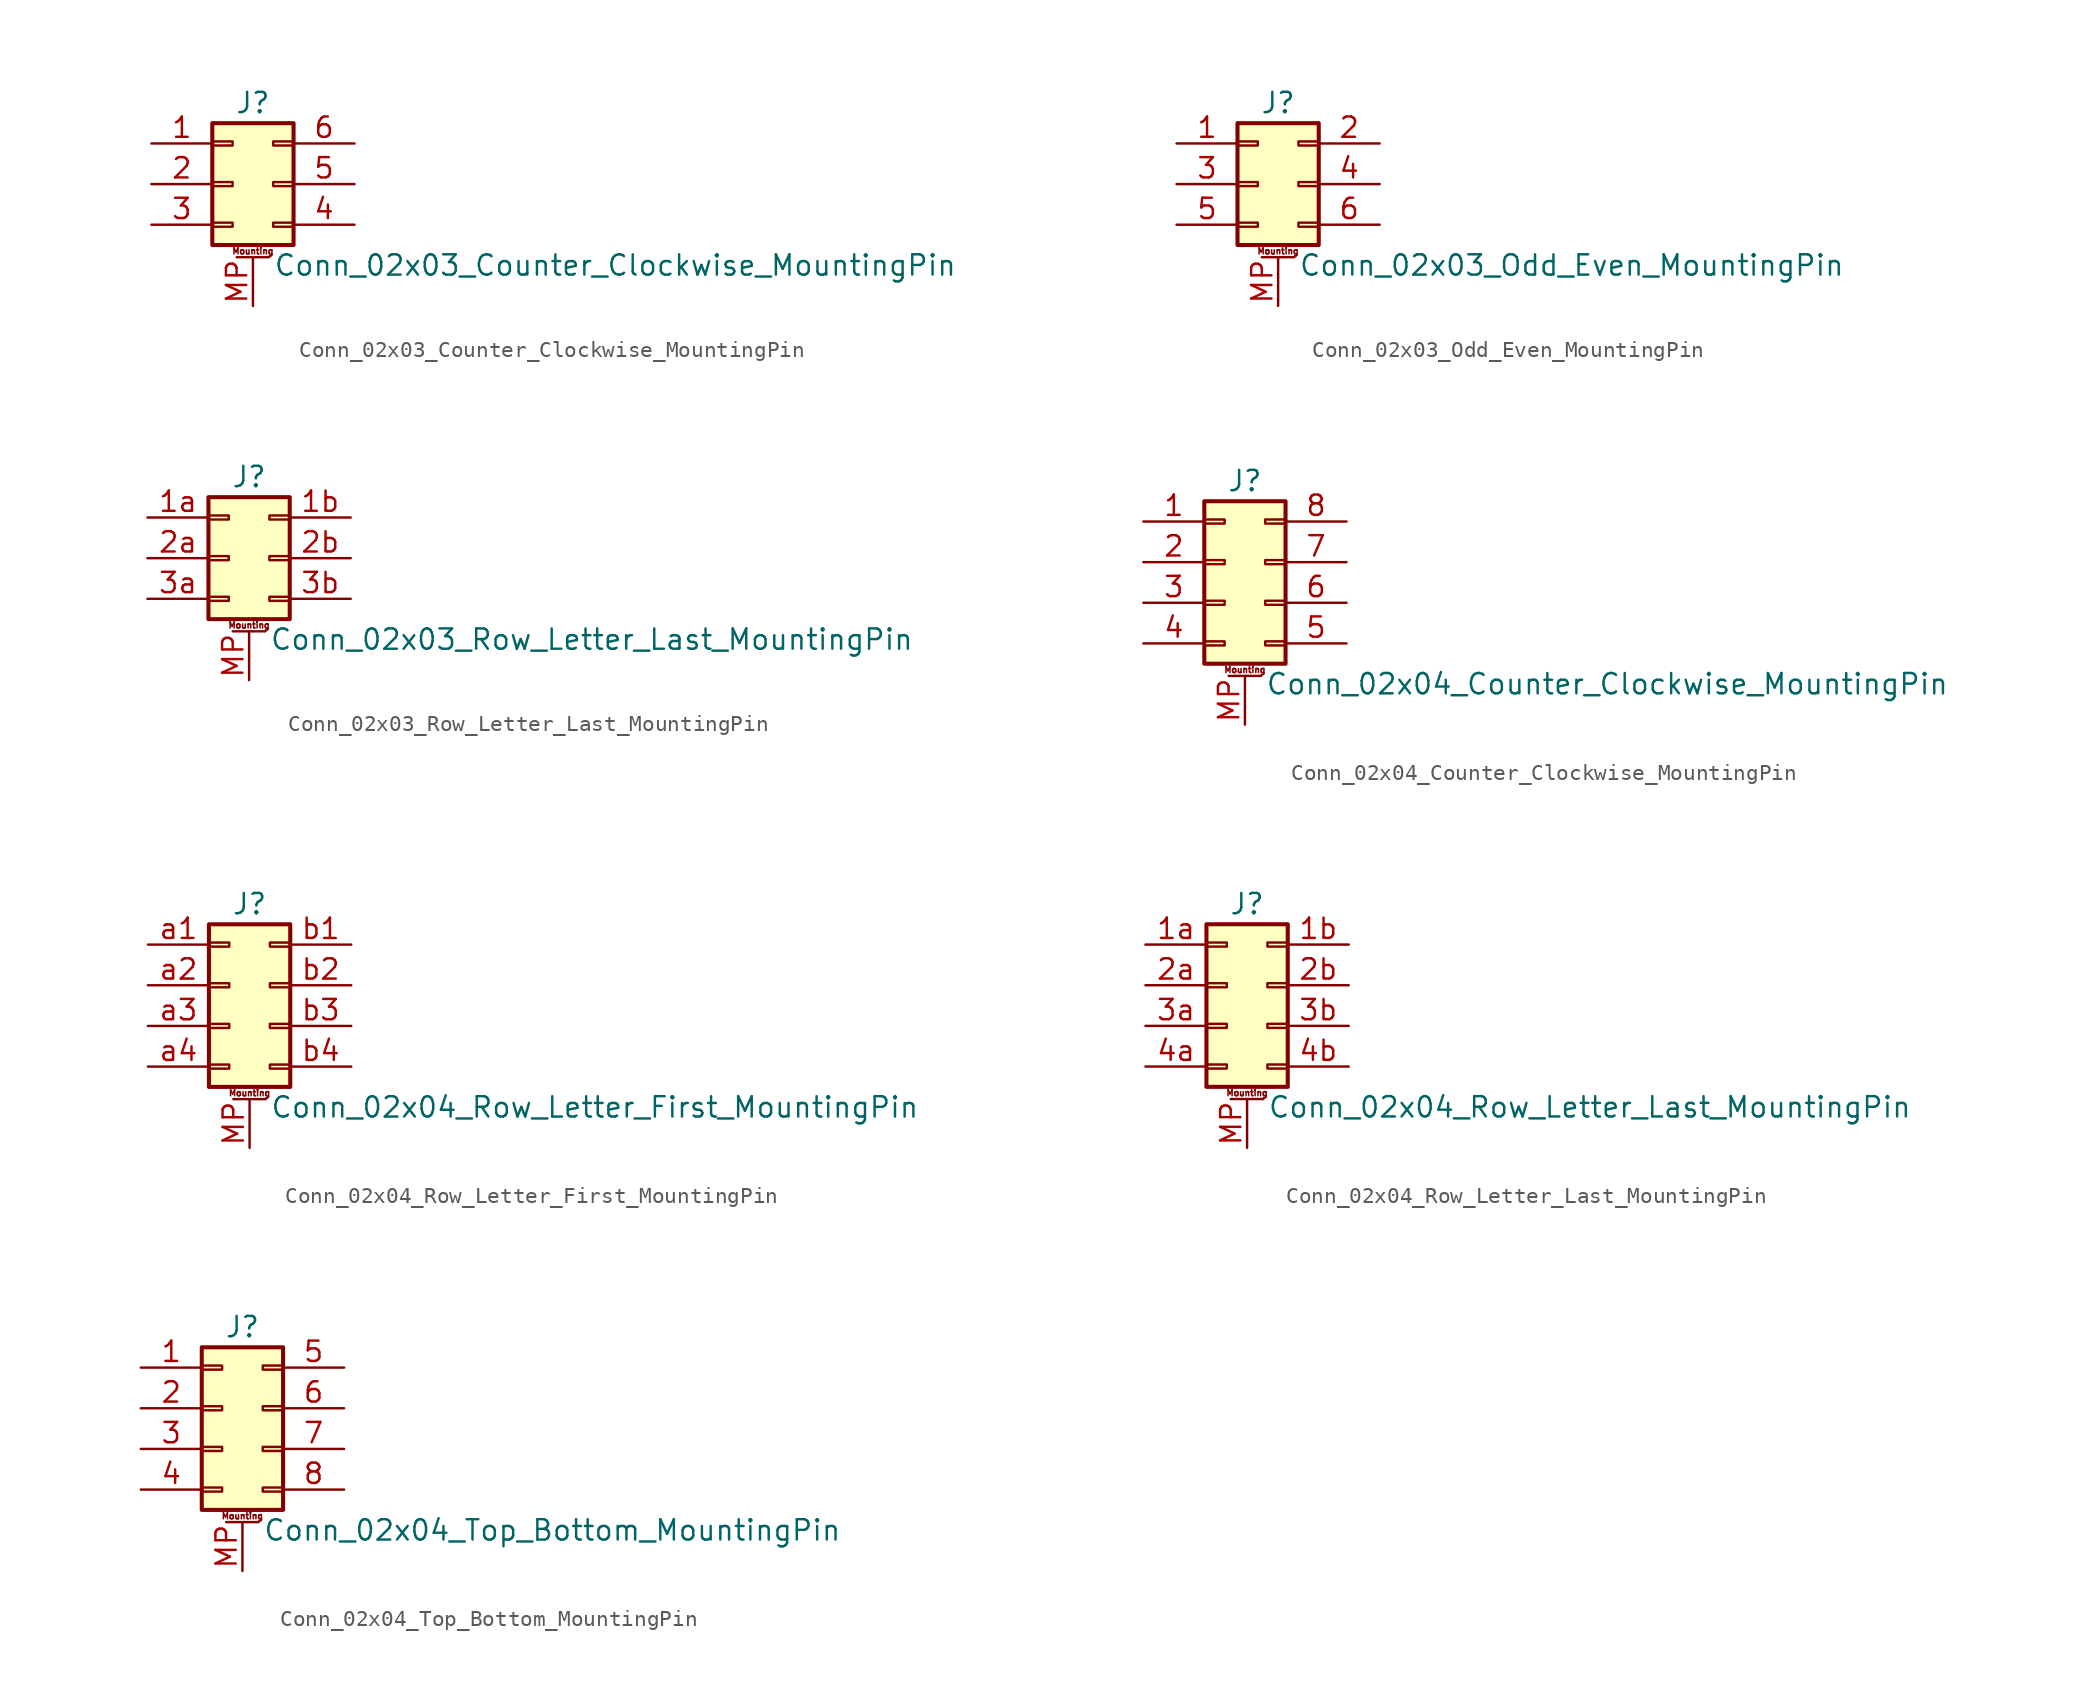
<source format=kicad_sym>
(kicad_symbol_lib
  (version 20201005)
  (generator kicad_symbol_editor)
  (symbol "Conn_02x03_Counter_Clockwise_MountingPin"
    (pin_names
      (offset 1.016) hide)
    (property "Reference" "J"
      (at 1.27 5.08 0)
      (effects (font (size 1.27 1.27))))
    (property "Value" "Conn_02x03_Counter_Clockwise_MountingPin"
      (at 2.54 -5.08 0)
      (effects (font (size 1.27 1.27)) (justify left)))
    (symbol "Conn_02x03_Counter_Clockwise_MountingPin_1_1"
      (text "Mounting" (at 1.27 -4.191 0) (effects (font (size 0.381 0.381))))
      (rectangle (start -1.27 -2.413) (end 0 -2.667) (stroke (width 0.152)) (fill (type none)))
      (rectangle (start -1.27 0.127) (end 0 -0.127) (stroke (width 0.152)) (fill (type none)))
      (rectangle (start -1.27 2.667) (end 0 2.413) (stroke (width 0.152)) (fill (type none)))
      (rectangle (start -1.27 3.81) (end 3.81 -3.81) (stroke (width 0.254)) (fill (type background)))
      (rectangle (start 3.81 -2.413) (end 2.54 -2.667) (stroke (width 0.152)) (fill (type none)))
      (rectangle (start 3.81 0.127) (end 2.54 -0.127) (stroke (width 0.152)) (fill (type none)))
      (rectangle (start 3.81 2.667) (end 2.54 2.413) (stroke (width 0.152)) (fill (type none)))
      (polyline (pts (xy 0.254 -4.572) (xy 2.286 -4.572)) (stroke (width 0.152)) (fill (type none)))
      (pin passive line (at -5.08 2.54 0) (length 3.81) (name "Pin_1" (effects (font (size 1.27 1.27)))) (number "1" (effects (font (size 1.27 1.27)))))
      (pin passive line (at -5.08 0 0) (length 3.81) (name "Pin_2" (effects (font (size 1.27 1.27)))) (number "2" (effects (font (size 1.27 1.27)))))
      (pin passive line (at -5.08 -2.54 0) (length 3.81) (name "Pin_3" (effects (font (size 1.27 1.27)))) (number "3" (effects (font (size 1.27 1.27)))))
      (pin passive line (at 7.62 -2.54 180) (length 3.81) (name "Pin_4" (effects (font (size 1.27 1.27)))) (number "4" (effects (font (size 1.27 1.27)))))
      (pin passive line (at 7.62 0 180) (length 3.81) (name "Pin_5" (effects (font (size 1.27 1.27)))) (number "5" (effects (font (size 1.27 1.27)))))
      (pin passive line (at 7.62 2.54 180) (length 3.81) (name "Pin_6" (effects (font (size 1.27 1.27)))) (number "6" (effects (font (size 1.27 1.27)))))
      (pin passive line (at 1.27 -7.62 90) (length 3.048) (name "MountPin" (effects (font (size 1.27 1.27)))) (number "MP" (effects (font (size 1.27 1.27)))))))
  (symbol "Conn_02x03_Odd_Even_MountingPin"
    (pin_names
      (offset 1.016) hide)
    (property "Reference" "J"
      (at 1.27 5.08 0)
      (effects (font (size 1.27 1.27))))
    (property "Value" "Conn_02x03_Odd_Even_MountingPin"
      (at 2.54 -5.08 0)
      (effects (font (size 1.27 1.27)) (justify left)))
    (symbol "Conn_02x03_Odd_Even_MountingPin_1_1"
      (text "Mounting" (at 1.27 -4.191 0) (effects (font (size 0.381 0.381))))
      (rectangle (start -1.27 -2.413) (end 0 -2.667) (stroke (width 0.152)) (fill (type none)))
      (rectangle (start -1.27 0.127) (end 0 -0.127) (stroke (width 0.152)) (fill (type none)))
      (rectangle (start -1.27 2.667) (end 0 2.413) (stroke (width 0.152)) (fill (type none)))
      (rectangle (start -1.27 3.81) (end 3.81 -3.81) (stroke (width 0.254)) (fill (type background)))
      (rectangle (start 3.81 -2.413) (end 2.54 -2.667) (stroke (width 0.152)) (fill (type none)))
      (rectangle (start 3.81 0.127) (end 2.54 -0.127) (stroke (width 0.152)) (fill (type none)))
      (rectangle (start 3.81 2.667) (end 2.54 2.413) (stroke (width 0.152)) (fill (type none)))
      (polyline (pts (xy 0.254 -4.572) (xy 2.286 -4.572)) (stroke (width 0.152)) (fill (type none)))
      (pin passive line (at -5.08 2.54 0) (length 3.81) (name "Pin_1" (effects (font (size 1.27 1.27)))) (number "1" (effects (font (size 1.27 1.27)))))
      (pin passive line (at 7.62 2.54 180) (length 3.81) (name "Pin_2" (effects (font (size 1.27 1.27)))) (number "2" (effects (font (size 1.27 1.27)))))
      (pin passive line (at -5.08 0 0) (length 3.81) (name "Pin_3" (effects (font (size 1.27 1.27)))) (number "3" (effects (font (size 1.27 1.27)))))
      (pin passive line (at 7.62 0 180) (length 3.81) (name "Pin_4" (effects (font (size 1.27 1.27)))) (number "4" (effects (font (size 1.27 1.27)))))
      (pin passive line (at -5.08 -2.54 0) (length 3.81) (name "Pin_5" (effects (font (size 1.27 1.27)))) (number "5" (effects (font (size 1.27 1.27)))))
      (pin passive line (at 7.62 -2.54 180) (length 3.81) (name "Pin_6" (effects (font (size 1.27 1.27)))) (number "6" (effects (font (size 1.27 1.27)))))
      (pin passive line (at 1.27 -7.62 90) (length 3.048) (name "MountPin" (effects (font (size 1.27 1.27)))) (number "MP" (effects (font (size 1.27 1.27)))))))
  (symbol "Conn_02x03_Row_Letter_Last_MountingPin"
    (pin_names
      (offset 1.016) hide)
    (property "Reference" "J"
      (at 1.27 5.08 0)
      (effects (font (size 1.27 1.27))))
    (property "Value" "Conn_02x03_Row_Letter_Last_MountingPin"
      (at 2.54 -5.08 0)
      (effects (font (size 1.27 1.27)) (justify left)))
    (symbol "Conn_02x03_Row_Letter_Last_MountingPin_1_1"
      (text "Mounting" (at 1.27 -4.191 0) (effects (font (size 0.381 0.381))))
      (rectangle (start -1.27 -2.413) (end 0 -2.667) (stroke (width 0.152)) (fill (type none)))
      (rectangle (start -1.27 0.127) (end 0 -0.127) (stroke (width 0.152)) (fill (type none)))
      (rectangle (start -1.27 2.667) (end 0 2.413) (stroke (width 0.152)) (fill (type none)))
      (rectangle (start -1.27 3.81) (end 3.81 -3.81) (stroke (width 0.254)) (fill (type background)))
      (rectangle (start 3.81 -2.413) (end 2.54 -2.667) (stroke (width 0.152)) (fill (type none)))
      (rectangle (start 3.81 0.127) (end 2.54 -0.127) (stroke (width 0.152)) (fill (type none)))
      (rectangle (start 3.81 2.667) (end 2.54 2.413) (stroke (width 0.152)) (fill (type none)))
      (polyline (pts (xy 0.254 -4.572) (xy 2.286 -4.572)) (stroke (width 0.152)) (fill (type none)))
      (pin passive line (at -5.08 2.54 0) (length 3.81) (name "Pin_1a" (effects (font (size 1.27 1.27)))) (number "1a" (effects (font (size 1.27 1.27)))))
      (pin passive line (at 7.62 2.54 180) (length 3.81) (name "Pin_1b" (effects (font (size 1.27 1.27)))) (number "1b" (effects (font (size 1.27 1.27)))))
      (pin passive line (at -5.08 0 0) (length 3.81) (name "Pin_2a" (effects (font (size 1.27 1.27)))) (number "2a" (effects (font (size 1.27 1.27)))))
      (pin passive line (at 7.62 0 180) (length 3.81) (name "Pin_2b" (effects (font (size 1.27 1.27)))) (number "2b" (effects (font (size 1.27 1.27)))))
      (pin passive line (at -5.08 -2.54 0) (length 3.81) (name "Pin_3a" (effects (font (size 1.27 1.27)))) (number "3a" (effects (font (size 1.27 1.27)))))
      (pin passive line (at 7.62 -2.54 180) (length 3.81) (name "Pin_3b" (effects (font (size 1.27 1.27)))) (number "3b" (effects (font (size 1.27 1.27)))))
      (pin passive line (at 1.27 -7.62 90) (length 3.048) (name "MountPin" (effects (font (size 1.27 1.27)))) (number "MP" (effects (font (size 1.27 1.27)))))))
  (symbol "Conn_02x04_Counter_Clockwise_MountingPin"
    (pin_names
      (offset 1.016) hide)
    (property "Reference" "J"
      (at 1.27 5.08 0)
      (effects (font (size 1.27 1.27))))
    (property "Value" "Conn_02x04_Counter_Clockwise_MountingPin"
      (at 2.54 -7.62 0)
      (effects (font (size 1.27 1.27)) (justify left)))
    (symbol "Conn_02x04_Counter_Clockwise_MountingPin_1_1"
      (text "Mounting" (at 1.27 -6.731 0) (effects (font (size 0.381 0.381))))
      (rectangle (start -1.27 -4.953) (end 0 -5.207) (stroke (width 0.152)) (fill (type none)))
      (rectangle (start -1.27 -2.413) (end 0 -2.667) (stroke (width 0.152)) (fill (type none)))
      (rectangle (start -1.27 0.127) (end 0 -0.127) (stroke (width 0.152)) (fill (type none)))
      (rectangle (start -1.27 2.667) (end 0 2.413) (stroke (width 0.152)) (fill (type none)))
      (rectangle (start -1.27 3.81) (end 3.81 -6.35) (stroke (width 0.254)) (fill (type background)))
      (rectangle (start 3.81 -4.953) (end 2.54 -5.207) (stroke (width 0.152)) (fill (type none)))
      (rectangle (start 3.81 -2.413) (end 2.54 -2.667) (stroke (width 0.152)) (fill (type none)))
      (rectangle (start 3.81 0.127) (end 2.54 -0.127) (stroke (width 0.152)) (fill (type none)))
      (rectangle (start 3.81 2.667) (end 2.54 2.413) (stroke (width 0.152)) (fill (type none)))
      (polyline (pts (xy 0.254 -7.112) (xy 2.286 -7.112)) (stroke (width 0.152)) (fill (type none)))
      (pin passive line (at -5.08 2.54 0) (length 3.81) (name "Pin_1" (effects (font (size 1.27 1.27)))) (number "1" (effects (font (size 1.27 1.27)))))
      (pin passive line (at -5.08 0 0) (length 3.81) (name "Pin_2" (effects (font (size 1.27 1.27)))) (number "2" (effects (font (size 1.27 1.27)))))
      (pin passive line (at -5.08 -2.54 0) (length 3.81) (name "Pin_3" (effects (font (size 1.27 1.27)))) (number "3" (effects (font (size 1.27 1.27)))))
      (pin passive line (at -5.08 -5.08 0) (length 3.81) (name "Pin_4" (effects (font (size 1.27 1.27)))) (number "4" (effects (font (size 1.27 1.27)))))
      (pin passive line (at 7.62 -5.08 180) (length 3.81) (name "Pin_5" (effects (font (size 1.27 1.27)))) (number "5" (effects (font (size 1.27 1.27)))))
      (pin passive line (at 7.62 -2.54 180) (length 3.81) (name "Pin_6" (effects (font (size 1.27 1.27)))) (number "6" (effects (font (size 1.27 1.27)))))
      (pin passive line (at 7.62 0 180) (length 3.81) (name "Pin_7" (effects (font (size 1.27 1.27)))) (number "7" (effects (font (size 1.27 1.27)))))
      (pin passive line (at 7.62 2.54 180) (length 3.81) (name "Pin_8" (effects (font (size 1.27 1.27)))) (number "8" (effects (font (size 1.27 1.27)))))
      (pin passive line (at 1.27 -10.16 90) (length 3.048) (name "MountPin" (effects (font (size 1.27 1.27)))) (number "MP" (effects (font (size 1.27 1.27)))))))
  (symbol "Conn_02x04_Row_Letter_First_MountingPin"
    (pin_names
      (offset 1.016) hide)
    (property "Reference" "J"
      (at 1.27 5.08 0)
      (effects (font (size 1.27 1.27))))
    (property "Value" "Conn_02x04_Row_Letter_First_MountingPin"
      (at 2.54 -7.62 0)
      (effects (font (size 1.27 1.27)) (justify left)))
    (symbol "Conn_02x04_Row_Letter_First_MountingPin_1_1"
      (text "Mounting" (at 1.27 -6.731 0) (effects (font (size 0.381 0.381))))
      (rectangle (start -1.27 -4.953) (end 0 -5.207) (stroke (width 0.152)) (fill (type none)))
      (rectangle (start -1.27 -2.413) (end 0 -2.667) (stroke (width 0.152)) (fill (type none)))
      (rectangle (start -1.27 0.127) (end 0 -0.127) (stroke (width 0.152)) (fill (type none)))
      (rectangle (start -1.27 2.667) (end 0 2.413) (stroke (width 0.152)) (fill (type none)))
      (rectangle (start -1.27 3.81) (end 3.81 -6.35) (stroke (width 0.254)) (fill (type background)))
      (rectangle (start 3.81 -4.953) (end 2.54 -5.207) (stroke (width 0.152)) (fill (type none)))
      (rectangle (start 3.81 -2.413) (end 2.54 -2.667) (stroke (width 0.152)) (fill (type none)))
      (rectangle (start 3.81 0.127) (end 2.54 -0.127) (stroke (width 0.152)) (fill (type none)))
      (rectangle (start 3.81 2.667) (end 2.54 2.413) (stroke (width 0.152)) (fill (type none)))
      (polyline (pts (xy 0.254 -7.112) (xy 2.286 -7.112)) (stroke (width 0.152)) (fill (type none)))
      (pin passive line (at 1.27 -10.16 90) (length 3.048) (name "MountPin" (effects (font (size 1.27 1.27)))) (number "MP" (effects (font (size 1.27 1.27)))))
      (pin passive line (at -5.08 2.54 0) (length 3.81) (name "Pin_a1" (effects (font (size 1.27 1.27)))) (number "a1" (effects (font (size 1.27 1.27)))))
      (pin passive line (at -5.08 0 0) (length 3.81) (name "Pin_a2" (effects (font (size 1.27 1.27)))) (number "a2" (effects (font (size 1.27 1.27)))))
      (pin passive line (at -5.08 -2.54 0) (length 3.81) (name "Pin_a3" (effects (font (size 1.27 1.27)))) (number "a3" (effects (font (size 1.27 1.27)))))
      (pin passive line (at -5.08 -5.08 0) (length 3.81) (name "Pin_a4" (effects (font (size 1.27 1.27)))) (number "a4" (effects (font (size 1.27 1.27)))))
      (pin passive line (at 7.62 2.54 180) (length 3.81) (name "Pin_b1" (effects (font (size 1.27 1.27)))) (number "b1" (effects (font (size 1.27 1.27)))))
      (pin passive line (at 7.62 0 180) (length 3.81) (name "Pin_b2" (effects (font (size 1.27 1.27)))) (number "b2" (effects (font (size 1.27 1.27)))))
      (pin passive line (at 7.62 -2.54 180) (length 3.81) (name "Pin_b3" (effects (font (size 1.27 1.27)))) (number "b3" (effects (font (size 1.27 1.27)))))
      (pin passive line (at 7.62 -5.08 180) (length 3.81) (name "Pin_b4" (effects (font (size 1.27 1.27)))) (number "b4" (effects (font (size 1.27 1.27)))))))
  (symbol "Conn_02x04_Row_Letter_Last_MountingPin"
    (pin_names
      (offset 1.016) hide)
    (property "Reference" "J"
      (at 1.27 5.08 0)
      (effects (font (size 1.27 1.27))))
    (property "Value" "Conn_02x04_Row_Letter_Last_MountingPin"
      (at 2.54 -7.62 0)
      (effects (font (size 1.27 1.27)) (justify left)))
    (symbol "Conn_02x04_Row_Letter_Last_MountingPin_1_1"
      (text "Mounting" (at 1.27 -6.731 0) (effects (font (size 0.381 0.381))))
      (rectangle (start -1.27 -4.953) (end 0 -5.207) (stroke (width 0.152)) (fill (type none)))
      (rectangle (start -1.27 -2.413) (end 0 -2.667) (stroke (width 0.152)) (fill (type none)))
      (rectangle (start -1.27 0.127) (end 0 -0.127) (stroke (width 0.152)) (fill (type none)))
      (rectangle (start -1.27 2.667) (end 0 2.413) (stroke (width 0.152)) (fill (type none)))
      (rectangle (start -1.27 3.81) (end 3.81 -6.35) (stroke (width 0.254)) (fill (type background)))
      (rectangle (start 3.81 -4.953) (end 2.54 -5.207) (stroke (width 0.152)) (fill (type none)))
      (rectangle (start 3.81 -2.413) (end 2.54 -2.667) (stroke (width 0.152)) (fill (type none)))
      (rectangle (start 3.81 0.127) (end 2.54 -0.127) (stroke (width 0.152)) (fill (type none)))
      (rectangle (start 3.81 2.667) (end 2.54 2.413) (stroke (width 0.152)) (fill (type none)))
      (polyline (pts (xy 0.254 -7.112) (xy 2.286 -7.112)) (stroke (width 0.152)) (fill (type none)))
      (pin passive line (at -5.08 2.54 0) (length 3.81) (name "Pin_1a" (effects (font (size 1.27 1.27)))) (number "1a" (effects (font (size 1.27 1.27)))))
      (pin passive line (at 7.62 2.54 180) (length 3.81) (name "Pin_1b" (effects (font (size 1.27 1.27)))) (number "1b" (effects (font (size 1.27 1.27)))))
      (pin passive line (at -5.08 0 0) (length 3.81) (name "Pin_2a" (effects (font (size 1.27 1.27)))) (number "2a" (effects (font (size 1.27 1.27)))))
      (pin passive line (at 7.62 0 180) (length 3.81) (name "Pin_2b" (effects (font (size 1.27 1.27)))) (number "2b" (effects (font (size 1.27 1.27)))))
      (pin passive line (at -5.08 -2.54 0) (length 3.81) (name "Pin_3a" (effects (font (size 1.27 1.27)))) (number "3a" (effects (font (size 1.27 1.27)))))
      (pin passive line (at 7.62 -2.54 180) (length 3.81) (name "Pin_3b" (effects (font (size 1.27 1.27)))) (number "3b" (effects (font (size 1.27 1.27)))))
      (pin passive line (at -5.08 -5.08 0) (length 3.81) (name "Pin_4a" (effects (font (size 1.27 1.27)))) (number "4a" (effects (font (size 1.27 1.27)))))
      (pin passive line (at 7.62 -5.08 180) (length 3.81) (name "Pin_4b" (effects (font (size 1.27 1.27)))) (number "4b" (effects (font (size 1.27 1.27)))))
      (pin passive line (at 1.27 -10.16 90) (length 3.048) (name "MountPin" (effects (font (size 1.27 1.27)))) (number "MP" (effects (font (size 1.27 1.27)))))))
  (symbol "Conn_02x04_Top_Bottom_MountingPin"
    (pin_names
      (offset 1.016) hide)
    (property "Reference" "J"
      (at 1.27 5.08 0)
      (effects (font (size 1.27 1.27))))
    (property "Value" "Conn_02x04_Top_Bottom_MountingPin"
      (at 2.54 -7.62 0)
      (effects (font (size 1.27 1.27)) (justify left)))
    (symbol "Conn_02x04_Top_Bottom_MountingPin_1_1"
      (text "Mounting" (at 1.27 -6.731 0) (effects (font (size 0.381 0.381))))
      (rectangle (start -1.27 -4.953) (end 0 -5.207) (stroke (width 0.152)) (fill (type none)))
      (rectangle (start -1.27 -2.413) (end 0 -2.667) (stroke (width 0.152)) (fill (type none)))
      (rectangle (start -1.27 0.127) (end 0 -0.127) (stroke (width 0.152)) (fill (type none)))
      (rectangle (start -1.27 2.667) (end 0 2.413) (stroke (width 0.152)) (fill (type none)))
      (rectangle (start -1.27 3.81) (end 3.81 -6.35) (stroke (width 0.254)) (fill (type background)))
      (rectangle (start 3.81 -4.953) (end 2.54 -5.207) (stroke (width 0.152)) (fill (type none)))
      (rectangle (start 3.81 -2.413) (end 2.54 -2.667) (stroke (width 0.152)) (fill (type none)))
      (rectangle (start 3.81 0.127) (end 2.54 -0.127) (stroke (width 0.152)) (fill (type none)))
      (rectangle (start 3.81 2.667) (end 2.54 2.413) (stroke (width 0.152)) (fill (type none)))
      (polyline (pts (xy 0.254 -7.112) (xy 2.286 -7.112)) (stroke (width 0.152)) (fill (type none)))
      (pin passive line (at -5.08 2.54 0) (length 3.81) (name "Pin_1" (effects (font (size 1.27 1.27)))) (number "1" (effects (font (size 1.27 1.27)))))
      (pin passive line (at -5.08 0 0) (length 3.81) (name "Pin_2" (effects (font (size 1.27 1.27)))) (number "2" (effects (font (size 1.27 1.27)))))
      (pin passive line (at -5.08 -2.54 0) (length 3.81) (name "Pin_3" (effects (font (size 1.27 1.27)))) (number "3" (effects (font (size 1.27 1.27)))))
      (pin passive line (at -5.08 -5.08 0) (length 3.81) (name "Pin_4" (effects (font (size 1.27 1.27)))) (number "4" (effects (font (size 1.27 1.27)))))
      (pin passive line (at 7.62 2.54 180) (length 3.81) (name "Pin_5" (effects (font (size 1.27 1.27)))) (number "5" (effects (font (size 1.27 1.27)))))
      (pin passive line (at 7.62 0 180) (length 3.81) (name "Pin_6" (effects (font (size 1.27 1.27)))) (number "6" (effects (font (size 1.27 1.27)))))
      (pin passive line (at 7.62 -2.54 180) (length 3.81) (name "Pin_7" (effects (font (size 1.27 1.27)))) (number "7" (effects (font (size 1.27 1.27)))))
      (pin passive line (at 7.62 -5.08 180) (length 3.81) (name "Pin_8" (effects (font (size 1.27 1.27)))) (number "8" (effects (font (size 1.27 1.27)))))
      (pin passive line (at 1.27 -10.16 90) (length 3.048) (name "MountPin" (effects (font (size 1.27 1.27)))) (number "MP" (effects (font (size 1.27 1.27))))))))
</source>
